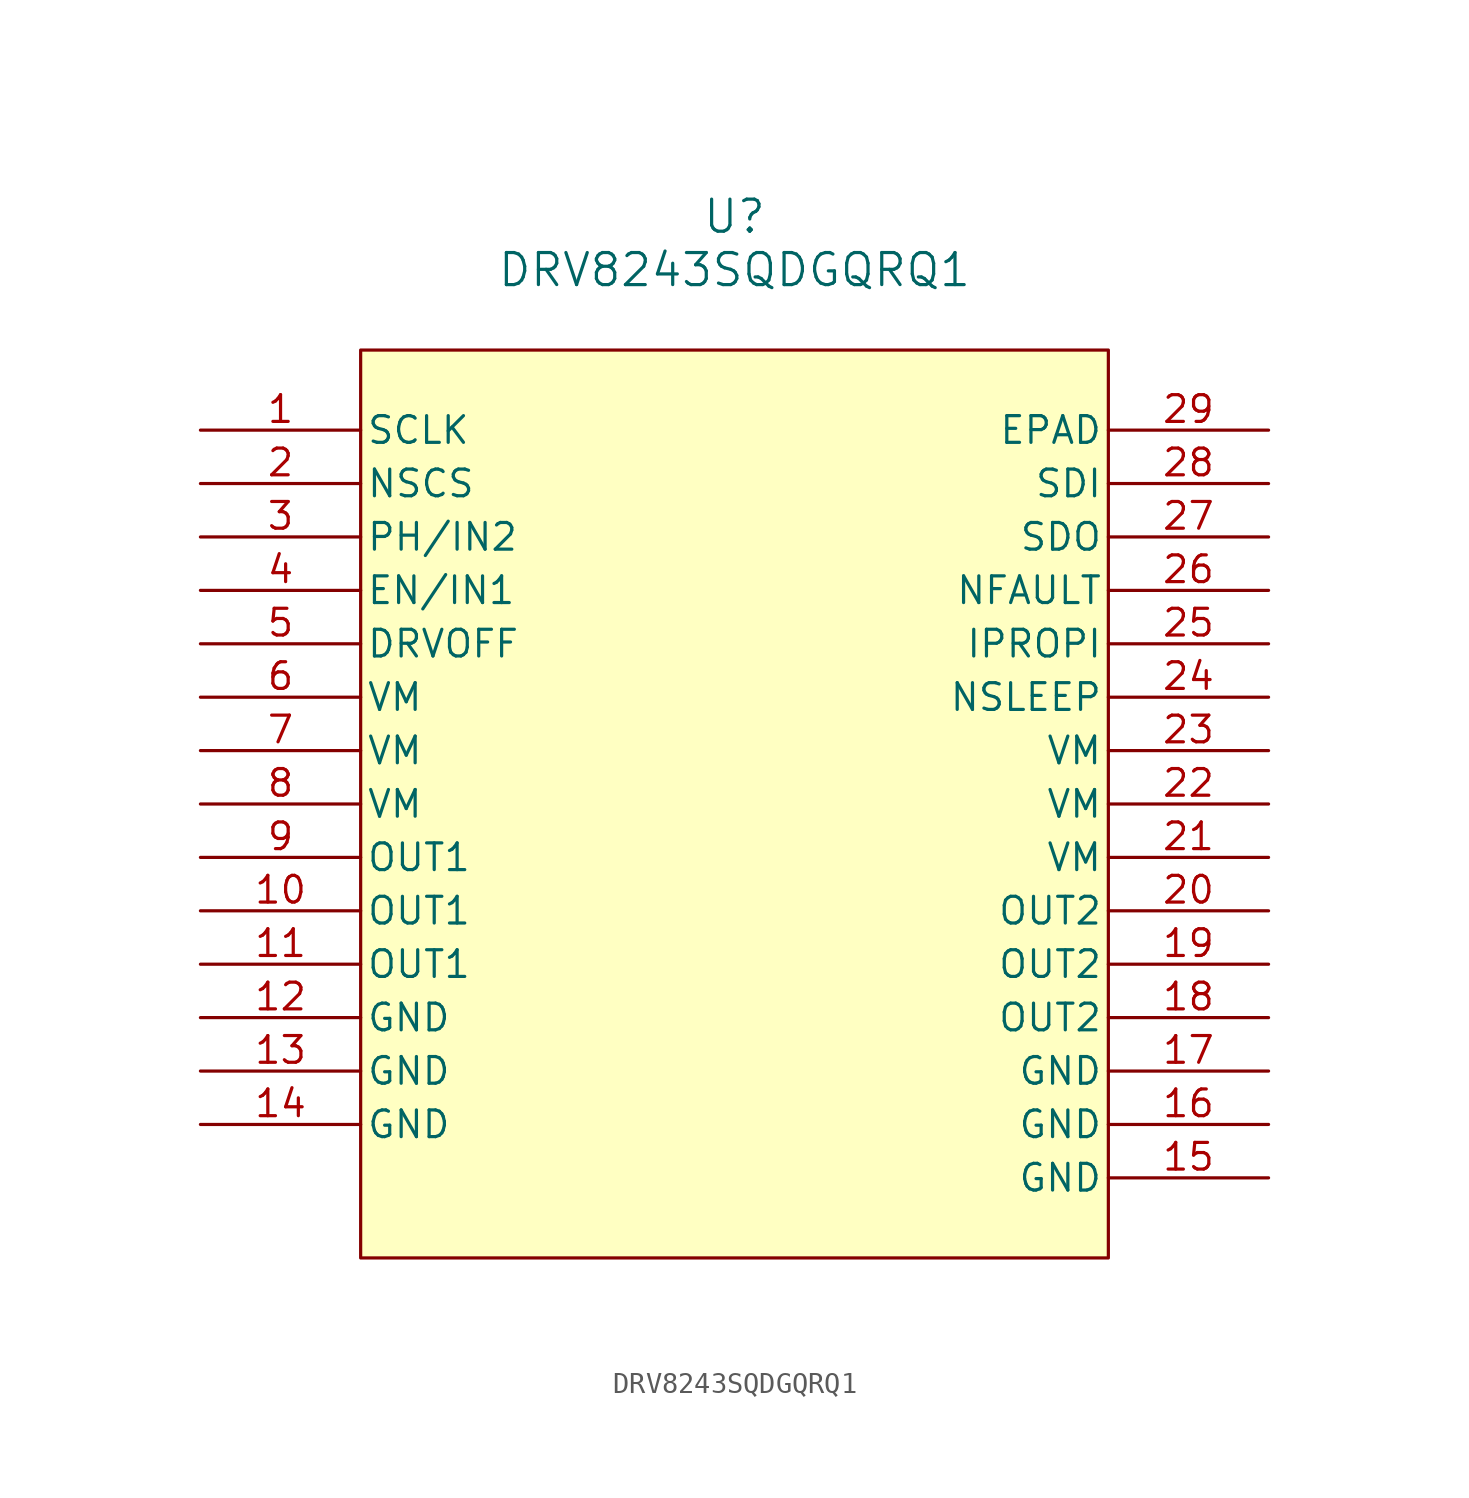
<source format=kicad_sym>
(kicad_symbol_lib
  (version 20241209)
  (generator "kicad_symbol_editor")
  (generator_version "9.0")
  (symbol "DRV8243SQDGQRQ1"
    (pin_names
      (offset 0.254))
    (property "Reference" "U"
      (at 25.4 10.16 0)
      (effects (font (size 1.524 1.524))))
    (property "Value" "DRV8243SQDGQRQ1"
      (at 25.4 7.62 0)
      (effects (font (size 1.524 1.524))))
    (property "ki_locked" ""
      (at 0 0 0)
      (effects (font (size 1.27 1.27))))
    (symbol "DRV8243SQDGQRQ1_0_1"
      (pin input line (at 0 0 0) (length 7.62) (name "SCLK" (effects (font (size 1.27 1.27)))) (number "1" (effects (font (size 1.27 1.27)))))
      (pin input line (at 0 -2.54 0) (length 7.62) (name "NSCS" (effects (font (size 1.27 1.27)))) (number "2" (effects (font (size 1.27 1.27)))))
      (pin input line (at 0 -5.08 0) (length 7.62) (name "PH/IN2" (effects (font (size 1.27 1.27)))) (number "3" (effects (font (size 1.27 1.27)))))
      (pin input line (at 0 -7.62 0) (length 7.62) (name "EN/IN1" (effects (font (size 1.27 1.27)))) (number "4" (effects (font (size 1.27 1.27)))))
      (pin input line (at 0 -10.16 0) (length 7.62) (name "DRVOFF" (effects (font (size 1.27 1.27)))) (number "5" (effects (font (size 1.27 1.27)))))
      (pin power_in line (at 0 -12.7 0) (length 7.62) (name "VM" (effects (font (size 1.27 1.27)))) (number "6" (effects (font (size 1.27 1.27)))))
      (pin power_in line (at 0 -15.24 0) (length 7.62) (name "VM" (effects (font (size 1.27 1.27)))) (number "7" (effects (font (size 1.27 1.27)))))
      (pin power_in line (at 0 -17.78 0) (length 7.62) (name "VM" (effects (font (size 1.27 1.27)))) (number "8" (effects (font (size 1.27 1.27)))))
      (pin output line (at 0 -20.32 0) (length 7.62) (name "OUT1" (effects (font (size 1.27 1.27)))) (number "9" (effects (font (size 1.27 1.27)))))
      (pin output line (at 0 -22.86 0) (length 7.62) (name "OUT1" (effects (font (size 1.27 1.27)))) (number "10" (effects (font (size 1.27 1.27)))))
      (pin output line (at 0 -25.4 0) (length 7.62) (name "OUT1" (effects (font (size 1.27 1.27)))) (number "11" (effects (font (size 1.27 1.27)))))
      (pin power_out line (at 0 -27.94 0) (length 7.62) (name "GND" (effects (font (size 1.27 1.27)))) (number "12" (effects (font (size 1.27 1.27)))))
      (pin power_out line (at 0 -30.48 0) (length 7.62) (name "GND" (effects (font (size 1.27 1.27)))) (number "13" (effects (font (size 1.27 1.27)))))
      (pin power_out line (at 0 -33.02 0) (length 7.62) (name "GND" (effects (font (size 1.27 1.27)))) (number "14" (effects (font (size 1.27 1.27)))))
      (pin power_out line (at 50.8 0 180) (length 7.62) (name "EPAD" (effects (font (size 1.27 1.27)))) (number "29" (effects (font (size 1.27 1.27)))))
      (pin input line (at 50.8 -2.54 180) (length 7.62) (name "SDI" (effects (font (size 1.27 1.27)))) (number "28" (effects (font (size 1.27 1.27)))))
      (pin output line (at 50.8 -5.08 180) (length 7.62) (name "SDO" (effects (font (size 1.27 1.27)))) (number "27" (effects (font (size 1.27 1.27)))))
      (pin output line (at 50.8 -7.62 180) (length 7.62) (name "NFAULT" (effects (font (size 1.27 1.27)))) (number "26" (effects (font (size 1.27 1.27)))))
      (pin bidirectional line (at 50.8 -10.16 180) (length 7.62) (name "IPROPI" (effects (font (size 1.27 1.27)))) (number "25" (effects (font (size 1.27 1.27)))))
      (pin input line (at 50.8 -12.7 180) (length 7.62) (name "NSLEEP" (effects (font (size 1.27 1.27)))) (number "24" (effects (font (size 1.27 1.27)))))
      (pin power_in line (at 50.8 -15.24 180) (length 7.62) (name "VM" (effects (font (size 1.27 1.27)))) (number "23" (effects (font (size 1.27 1.27)))))
      (pin power_in line (at 50.8 -17.78 180) (length 7.62) (name "VM" (effects (font (size 1.27 1.27)))) (number "22" (effects (font (size 1.27 1.27)))))
      (pin power_in line (at 50.8 -20.32 180) (length 7.62) (name "VM" (effects (font (size 1.27 1.27)))) (number "21" (effects (font (size 1.27 1.27)))))
      (pin output line (at 50.8 -22.86 180) (length 7.62) (name "OUT2" (effects (font (size 1.27 1.27)))) (number "20" (effects (font (size 1.27 1.27)))))
      (pin output line (at 50.8 -25.4 180) (length 7.62) (name "OUT2" (effects (font (size 1.27 1.27)))) (number "19" (effects (font (size 1.27 1.27)))))
      (pin output line (at 50.8 -27.94 180) (length 7.62) (name "OUT2" (effects (font (size 1.27 1.27)))) (number "18" (effects (font (size 1.27 1.27)))))
      (pin power_out line (at 50.8 -30.48 180) (length 7.62) (name "GND" (effects (font (size 1.27 1.27)))) (number "17" (effects (font (size 1.27 1.27)))))
      (pin power_out line (at 50.8 -33.02 180) (length 7.62) (name "GND" (effects (font (size 1.27 1.27)))) (number "16" (effects (font (size 1.27 1.27)))))
      (pin power_out line (at 50.8 -35.56 180) (length 7.62) (name "GND" (effects (font (size 1.27 1.27)))) (number "15" (effects (font (size 1.27 1.27))))))
    (symbol "DRV8243SQDGQRQ1_1_1"
      (rectangle (start 7.62 3.81) (end 43.18 -39.37) (stroke (width 0) (type default)) (fill (type background))))))
</source>
